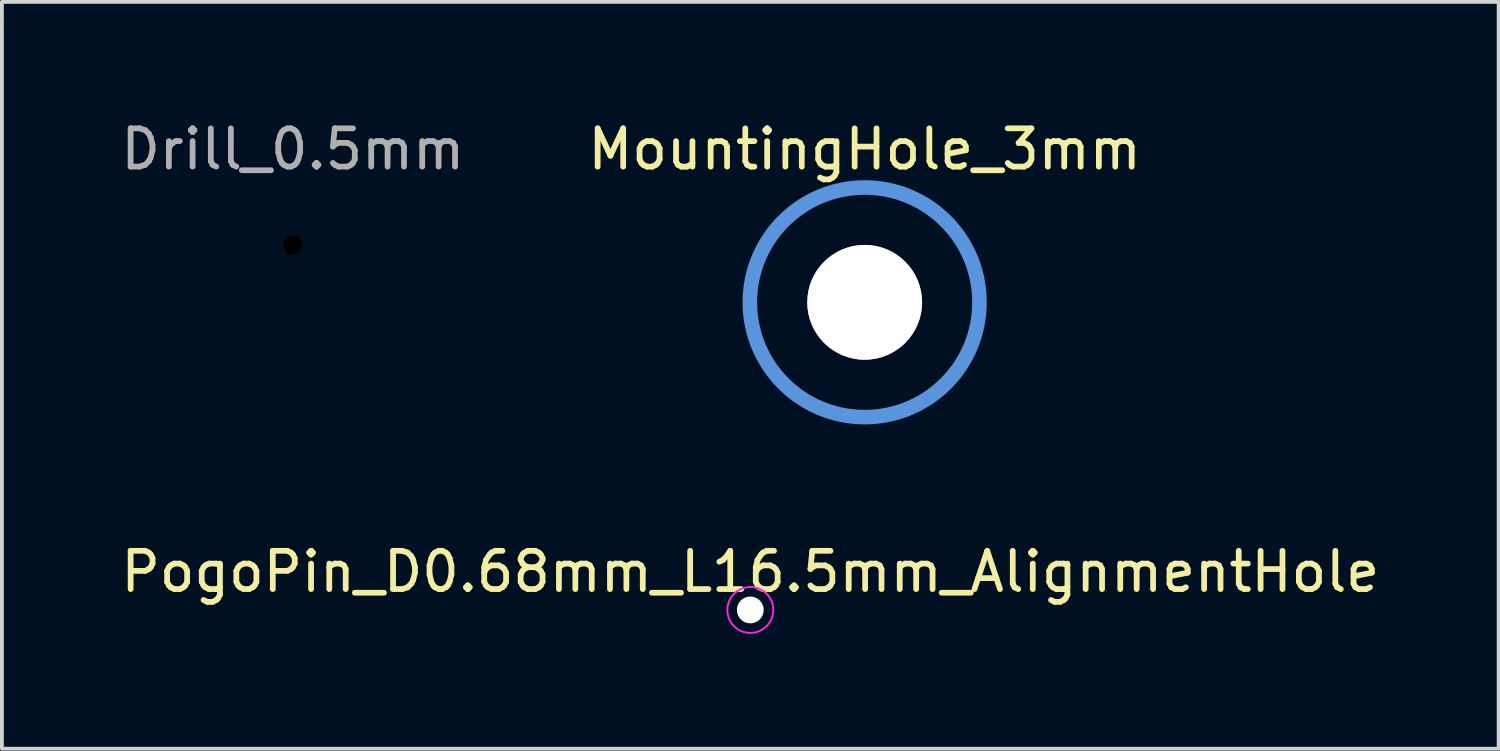
<source format=kicad_pcb>
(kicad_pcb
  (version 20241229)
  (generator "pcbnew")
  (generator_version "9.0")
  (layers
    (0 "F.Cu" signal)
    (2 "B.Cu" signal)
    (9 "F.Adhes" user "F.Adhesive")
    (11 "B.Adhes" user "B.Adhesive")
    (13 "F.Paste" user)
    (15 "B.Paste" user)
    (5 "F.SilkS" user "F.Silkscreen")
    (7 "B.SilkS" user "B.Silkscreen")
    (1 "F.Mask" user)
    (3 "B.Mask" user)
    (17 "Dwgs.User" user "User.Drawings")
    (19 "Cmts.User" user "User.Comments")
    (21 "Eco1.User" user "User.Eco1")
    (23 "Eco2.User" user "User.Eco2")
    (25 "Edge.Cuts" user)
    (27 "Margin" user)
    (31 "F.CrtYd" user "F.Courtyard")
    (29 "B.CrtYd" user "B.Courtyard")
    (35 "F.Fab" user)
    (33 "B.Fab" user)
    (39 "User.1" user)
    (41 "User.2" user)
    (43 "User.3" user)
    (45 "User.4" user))
  (footprint "MountingHole_3mm"
    (layer "F.Cu")
    (at 19.542 4.849)
    (property "Reference" "MountingHole_3mm" (at 0 -4 0) (layer "F.SilkS") (effects (font (size 1 1) (thickness 0.15))))
    (attr through_hole)
    (fp_circle (center 0 0) (end 3 0) (stroke (width 0.381) (type solid)) (fill no) (layer "Cmts.User"))
    (pad "" thru_hole circle (at 0 0) (size 3 3) (drill 3) (layers)))
  (footprint "Drill_0.5mm"
    (layer "F.Cu")
    (at 4.601 3.348)
    (property "Reference" "Drill_0.5mm" (at 0 -2.5 0) (layer "F.Fab") (effects (font (size 1 1) (thickness 0.15))))
    (attr exclude_from_pos_files exclude_from_bom)
    (pad "" np_thru_hole circle (at 0 0) (size 0.5 0.5) (drill 0.5) (layers "*.Mask")))
  (footprint "PogoPin_D0.68mm_L16.5mm_AlignmentHole"
    (layer "F.Cu")
    (at 16.554 12.887)
    (property "Reference" "PogoPin_D0.68mm_L16.5mm_AlignmentHole" (at 0 -1 0) (unlocked yes) (layer "F.SilkS") (effects (font (size 1 1) (thickness 0.15))))
    (attr exclude_from_pos_files exclude_from_bom)
    (fp_circle (center 0 0) (end 0.6 0) (stroke (width 0.05) (type solid)) (fill no) (layer "F.CrtYd"))
    (pad "" np_thru_hole circle (at 0 0) (size 0.7 0.7) (drill 0.7) (layers "*.Cu" "*.Mask")))
  (gr_rect
    (start -3 -3)
    (end 36.107 16.512)
    (stroke (width 0.1) (type default))
    (fill no)
    (layer "Edge.Cuts")))
</source>
